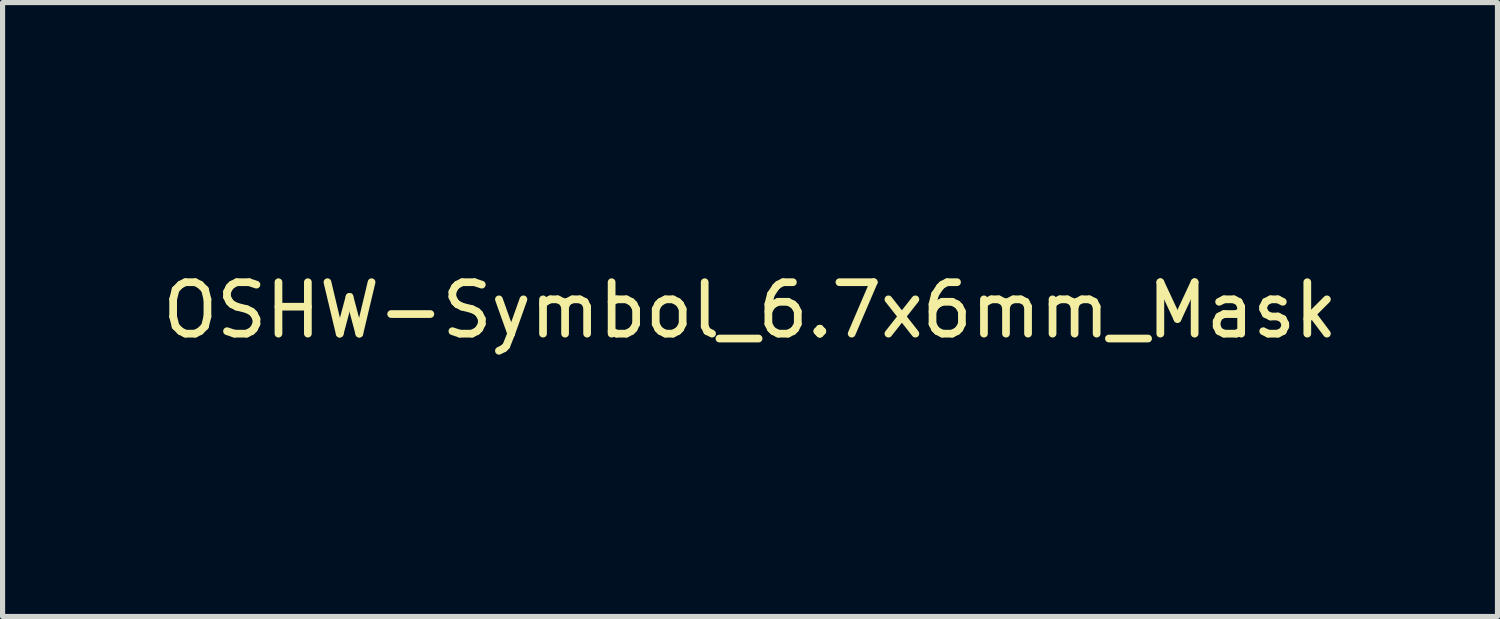
<source format=kicad_pcb>
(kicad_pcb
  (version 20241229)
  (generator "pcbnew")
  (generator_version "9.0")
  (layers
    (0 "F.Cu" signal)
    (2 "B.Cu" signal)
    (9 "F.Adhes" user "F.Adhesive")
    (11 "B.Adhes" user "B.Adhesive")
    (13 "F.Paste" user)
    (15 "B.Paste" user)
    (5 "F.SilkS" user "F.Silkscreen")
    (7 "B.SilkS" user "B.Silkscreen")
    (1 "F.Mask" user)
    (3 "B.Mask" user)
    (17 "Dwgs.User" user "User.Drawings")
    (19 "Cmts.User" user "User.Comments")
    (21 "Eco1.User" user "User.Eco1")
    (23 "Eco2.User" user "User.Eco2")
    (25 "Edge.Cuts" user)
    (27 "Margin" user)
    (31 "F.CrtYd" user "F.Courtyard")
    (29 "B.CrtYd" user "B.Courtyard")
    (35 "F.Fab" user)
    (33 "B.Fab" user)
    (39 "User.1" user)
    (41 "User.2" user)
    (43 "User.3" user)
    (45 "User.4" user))
  (footprint "OSHW-Symbol_6.7x6mm_Mask"
    (layer "F.Cu")
    (at 11.53 2.981)
    (property "Reference" "OSHW-Symbol_6.7x6mm_Mask" (at 0 0 0) (layer "F.SilkS") (effects (font (size 1 1) (thickness 0.15))))
    (attr exclude_from_pos_files exclude_from_bom)
    (fp_poly (pts (xy 0.556 -2.531) (xy 0.64 -2.086) (xy 0.949 -1.959) (xy 1.258 -1.831) (xy 1.629 -2.084) (xy 1.733 -2.154) (xy 1.827 -2.217) (xy 1.907 -2.269) (xy 1.967 -2.308) (xy 2.005 -2.331) (xy 2.015 -2.336) (xy 2.034 -2.323) (xy 2.073 -2.288) (xy 2.13 -2.235) (xy 2.198 -2.168) (xy 2.274 -2.093) (xy 2.353 -2.013) (xy 2.431 -1.932) (xy 2.504 -1.857) (xy 2.567 -1.79) (xy 2.615 -1.737) (xy 2.644 -1.702) (xy 2.651 -1.69) (xy 2.641 -1.669) (xy 2.613 -1.621) (xy 2.569 -1.553) (xy 2.513 -1.468) (xy 2.448 -1.371) (xy 2.41 -1.316) (xy 2.341 -1.215) (xy 2.28 -1.124) (xy 2.23 -1.047) (xy 2.193 -0.989) (xy 2.172 -0.955) (xy 2.169 -0.948) (xy 2.176 -0.927) (xy 2.195 -0.879) (xy 2.223 -0.811) (xy 2.257 -0.729) (xy 2.295 -0.64) (xy 2.333 -0.55) (xy 2.369 -0.467) (xy 2.4 -0.396) (xy 2.423 -0.346) (xy 2.435 -0.322) (xy 2.436 -0.321) (xy 2.455 -0.316) (xy 2.505 -0.306) (xy 2.581 -0.291) (xy 2.678 -0.272) (xy 2.791 -0.251) (xy 2.856 -0.239) (xy 2.977 -0.216) (xy 3.086 -0.194) (xy 3.177 -0.174) (xy 3.246 -0.158) (xy 3.287 -0.147) (xy 3.296 -0.143) (xy 3.304 -0.119) (xy 3.31 -0.064) (xy 3.315 0.015) (xy 3.318 0.112) (xy 3.32 0.22) (xy 3.321 0.333) (xy 3.319 0.445) (xy 3.317 0.549) (xy 3.312 0.638) (xy 3.307 0.707) (xy 3.299 0.748) (xy 3.295 0.757) (xy 3.269 0.767) (xy 3.213 0.782) (xy 3.136 0.799) (xy 3.044 0.818) (xy 3.012 0.824) (xy 2.858 0.852) (xy 2.735 0.875) (xy 2.642 0.893) (xy 2.572 0.908) (xy 2.523 0.919) (xy 2.491 0.929) (xy 2.471 0.938) (xy 2.459 0.947) (xy 2.457 0.948) (xy 2.44 0.976) (xy 2.415 1.031) (xy 2.383 1.105) (xy 2.347 1.192) (xy 2.311 1.286) (xy 2.275 1.379) (xy 2.244 1.466) (xy 2.219 1.539) (xy 2.203 1.592) (xy 2.199 1.618) (xy 2.2 1.619) (xy 2.214 1.64) (xy 2.245 1.687) (xy 2.291 1.755) (xy 2.349 1.838) (xy 2.413 1.933) (xy 2.432 1.96) (xy 2.498 2.057) (xy 2.556 2.146) (xy 2.603 2.221) (xy 2.635 2.278) (xy 2.651 2.311) (xy 2.651 2.315) (xy 2.638 2.336) (xy 2.603 2.377) (xy 2.549 2.435) (xy 2.482 2.505) (xy 2.406 2.582) (xy 2.326 2.662) (xy 2.245 2.74) (xy 2.17 2.811) (xy 2.103 2.872) (xy 2.051 2.918) (xy 2.017 2.944) (xy 2.008 2.948) (xy 1.986 2.938) (xy 1.941 2.911) (xy 1.88 2.872) (xy 1.834 2.84) (xy 1.749 2.782) (xy 1.65 2.714) (xy 1.549 2.646) (xy 1.496 2.609) (xy 1.313 2.486) (xy 1.16 2.569) (xy 1.091 2.605) (xy 1.031 2.633) (xy 0.991 2.649) (xy 0.981 2.651) (xy 0.969 2.635) (xy 0.945 2.588) (xy 0.91 2.516) (xy 0.868 2.422) (xy 0.818 2.31) (xy 0.764 2.186) (xy 0.708 2.053) (xy 0.65 1.916) (xy 0.593 1.779) (xy 0.538 1.646) (xy 0.488 1.522) (xy 0.443 1.411) (xy 0.407 1.317) (xy 0.381 1.244) (xy 0.366 1.197) (xy 0.363 1.181) (xy 0.382 1.16) (xy 0.424 1.127) (xy 0.48 1.088) (xy 0.484 1.085) (xy 0.628 0.969) (xy 0.744 0.835) (xy 0.831 0.686) (xy 0.889 0.526) (xy 0.915 0.36) (xy 0.91 0.192) (xy 0.871 0.026) (xy 0.799 -0.134) (xy 0.778 -0.169) (xy 0.667 -0.309) (xy 0.536 -0.422) (xy 0.39 -0.507) (xy 0.233 -0.563) (xy 0.069 -0.589) (xy -0.097 -0.585) (xy -0.26 -0.551) (xy -0.416 -0.485) (xy -0.56 -0.388) (xy -0.605 -0.348) (xy -0.719 -0.224) (xy -0.802 -0.094) (xy -0.859 0.052) (xy -0.89 0.197) (xy -0.898 0.36) (xy -0.872 0.523) (xy -0.815 0.682) (xy -0.729 0.831) (xy -0.617 0.964) (xy -0.482 1.075) (xy -0.464 1.087) (xy -0.408 1.126) (xy -0.365 1.159) (xy -0.345 1.18) (xy -0.344 1.181) (xy -0.349 1.204) (xy -0.366 1.256) (xy -0.395 1.333) (xy -0.433 1.431) (xy -0.478 1.545) (xy -0.53 1.672) (xy -0.585 1.806) (xy -0.643 1.943) (xy -0.7 2.08) (xy -0.757 2.211) (xy -0.81 2.333) (xy -0.858 2.441) (xy -0.899 2.532) (xy -0.932 2.599) (xy -0.954 2.64) (xy -0.963 2.651) (xy -0.99 2.643) (xy -1.04 2.62) (xy -1.106 2.588) (xy -1.142 2.569) (xy -1.295 2.486) (xy -1.477 2.609) (xy -1.57 2.672) (xy -1.672 2.742) (xy -1.767 2.807) (xy -1.815 2.84) (xy -1.882 2.885) (xy -1.939 2.921) (xy -1.979 2.943) (xy -1.991 2.948) (xy -2.01 2.935) (xy -2.051 2.9) (xy -2.11 2.847) (xy -2.185 2.778) (xy -2.269 2.698) (xy -2.323 2.646) (xy -2.416 2.554) (xy -2.497 2.472) (xy -2.562 2.403) (xy -2.608 2.351) (xy -2.631 2.319) (xy -2.633 2.312) (xy -2.623 2.287) (xy -2.594 2.237) (xy -2.551 2.167) (xy -2.496 2.082) (xy -2.432 1.986) (xy -2.413 1.96) (xy -2.347 1.863) (xy -2.287 1.776) (xy -2.238 1.704) (xy -2.202 1.65) (xy -2.183 1.622) (xy -2.181 1.619) (xy -2.184 1.596) (xy -2.199 1.545) (xy -2.223 1.474) (xy -2.253 1.389) (xy -2.288 1.296) (xy -2.325 1.202) (xy -2.361 1.113) (xy -2.393 1.038) (xy -2.419 0.981) (xy -2.437 0.95) (xy -2.438 0.948) (xy -2.449 0.94) (xy -2.468 0.931) (xy -2.498 0.921) (xy -2.543 0.91) (xy -2.608 0.896) (xy -2.697 0.879) (xy -2.813 0.857) (xy -2.962 0.83) (xy -2.994 0.824) (xy -3.089 0.805) (xy -3.172 0.787) (xy -3.235 0.772) (xy -3.271 0.76) (xy -3.276 0.757) (xy -3.284 0.732) (xy -3.291 0.677) (xy -3.296 0.597) (xy -3.3 0.5) (xy -3.302 0.392) (xy -3.302 0.279) (xy -3.301 0.167) (xy -3.298 0.064) (xy -3.294 -0.026) (xy -3.289 -0.094) (xy -3.281 -0.135) (xy -3.277 -0.143) (xy -3.253 -0.152) (xy -3.197 -0.166) (xy -3.117 -0.183) (xy -3.016 -0.204) (xy -2.901 -0.227) (xy -2.838 -0.239) (xy -2.719 -0.261) (xy -2.613 -0.281) (xy -2.524 -0.298) (xy -2.46 -0.311) (xy -2.423 -0.319) (xy -2.417 -0.321) (xy -2.407 -0.34) (xy -2.386 -0.387) (xy -2.356 -0.455) (xy -2.32 -0.537) (xy -2.282 -0.626) (xy -2.244 -0.716) (xy -2.209 -0.8) (xy -2.18 -0.871) (xy -2.16 -0.922) (xy -2.151 -0.948) (xy -2.151 -0.949) (xy -2.161 -0.968) (xy -2.189 -1.014) (xy -2.233 -1.081) (xy -2.289 -1.165) (xy -2.354 -1.261) (xy -2.392 -1.316) (xy -2.461 -1.418) (xy -2.522 -1.509) (xy -2.573 -1.587) (xy -2.61 -1.647) (xy -2.63 -1.683) (xy -2.633 -1.691) (xy -2.62 -1.709) (xy -2.585 -1.75) (xy -2.533 -1.807) (xy -2.467 -1.876) (xy -2.393 -1.953) (xy -2.314 -2.033) (xy -2.235 -2.113) (xy -2.16 -2.187) (xy -2.095 -2.25) (xy -2.043 -2.299) (xy -2.008 -2.329) (xy -1.996 -2.336) (xy -1.978 -2.326) (xy -1.933 -2.298) (xy -1.866 -2.255) (xy -1.781 -2.199) (xy -1.684 -2.133) (xy -1.611 -2.084) (xy -1.24 -1.831) (xy -0.621 -2.086) (xy -0.537 -2.531) (xy -0.453 -2.976) (xy 0.472 -2.976) (xy 0.556 -2.531)) (stroke (width 0.01) (type solid)) (fill yes) (layer "F.Mask")))
  (gr_rect
    (start -3 -3)
    (end 26.06 8.934)
    (stroke (width 0.1) (type default))
    (fill no)
    (layer "Edge.Cuts")))
</source>
